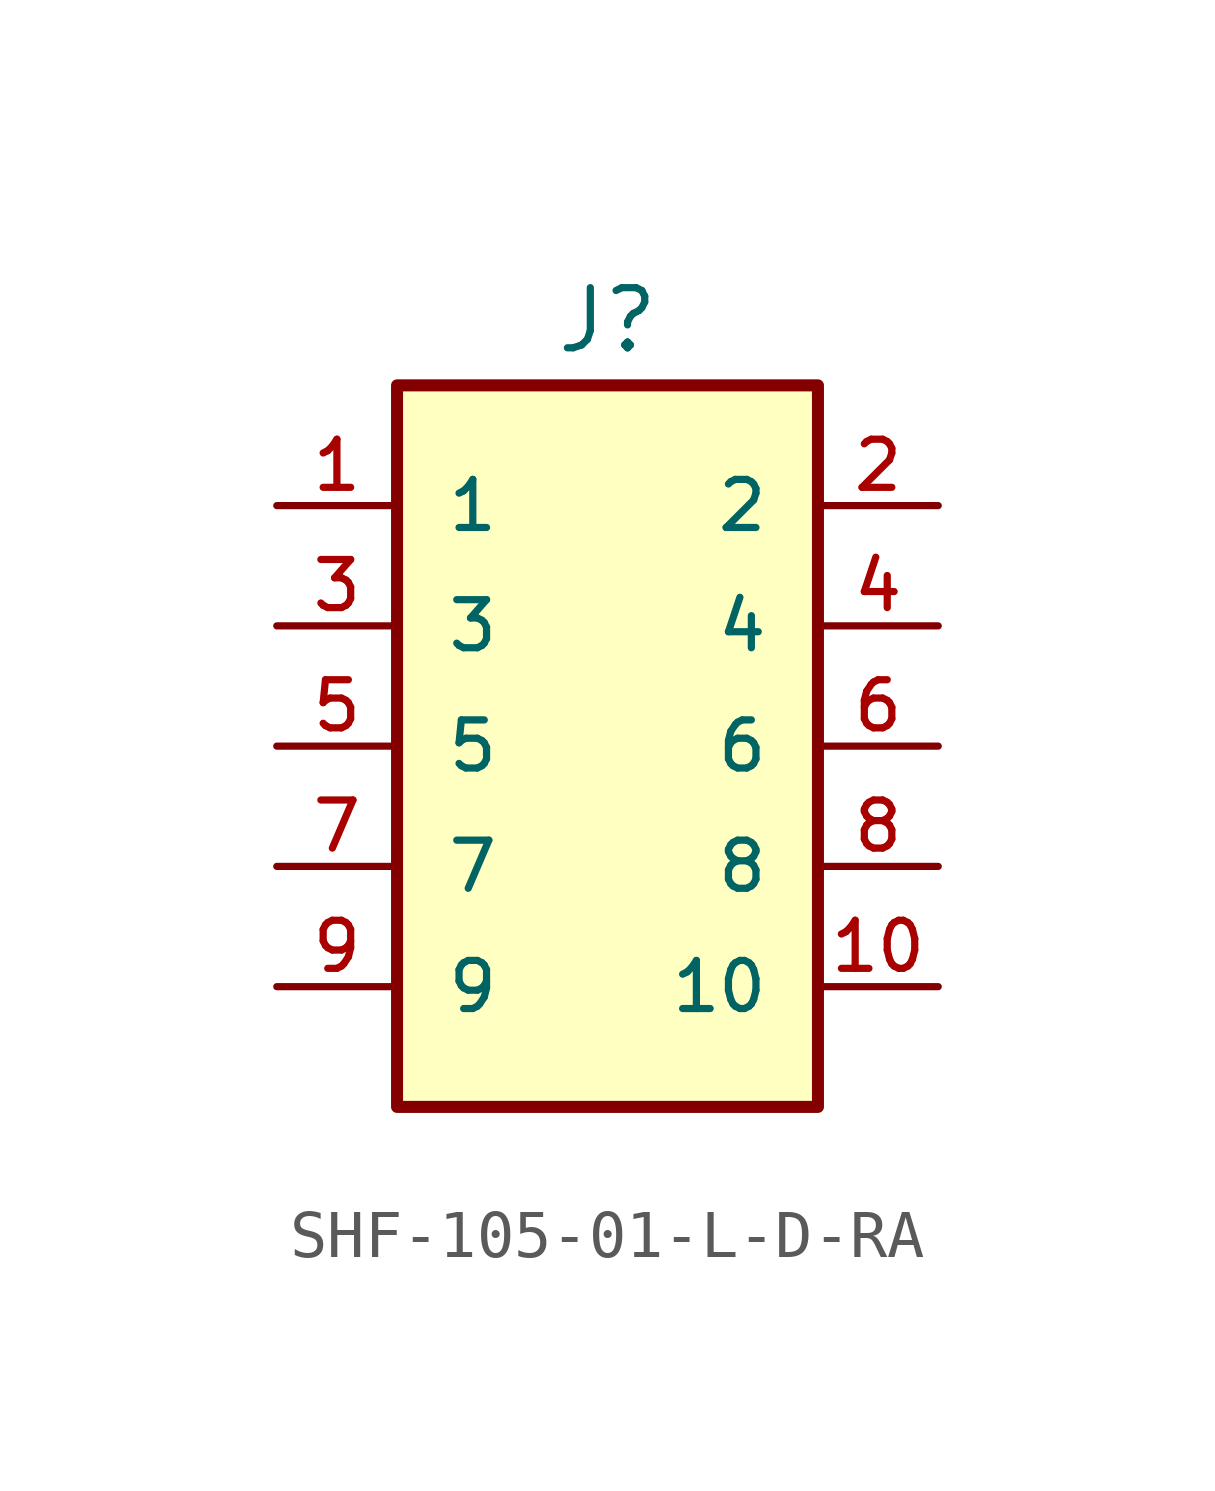
<source format=kicad_sym>
(kicad_symbol_lib
  (version 20211014)
  (generator kicad_symbol_editor)
  (symbol "SHF-105-01-L-D-RA"
    (pin_names
      (offset 1.016))
    (property "Reference" "J"
      (at 0 8.25 0)
      (effects (font (size 1.27 1.27)) (justify bottom)))
    (symbol "SHF-105-01-L-D-RA_0_0"
      (rectangle (start -4.445 7.62) (end 4.445 -7.62) (stroke (width 0.254) (type default) (color 0 0 0 0)) (fill (type background)))
      (pin passive line (at -6.985 5.08 0) (length 2.54) (name "1" (effects (font (size 1.016 1.016)))) (number "1" (effects (font (size 1.016 1.016)))))
      (pin passive line (at 6.985 -5.08 180) (length 2.54) (name "10" (effects (font (size 1.016 1.016)))) (number "10" (effects (font (size 1.016 1.016)))))
      (pin passive line (at 6.985 5.08 180) (length 2.54) (name "2" (effects (font (size 1.016 1.016)))) (number "2" (effects (font (size 1.016 1.016)))))
      (pin passive line (at -6.985 2.54 0) (length 2.54) (name "3" (effects (font (size 1.016 1.016)))) (number "3" (effects (font (size 1.016 1.016)))))
      (pin passive line (at 6.985 2.54 180) (length 2.54) (name "4" (effects (font (size 1.016 1.016)))) (number "4" (effects (font (size 1.016 1.016)))))
      (pin passive line (at -6.985 0 0) (length 2.54) (name "5" (effects (font (size 1.016 1.016)))) (number "5" (effects (font (size 1.016 1.016)))))
      (pin passive line (at 6.985 0 180) (length 2.54) (name "6" (effects (font (size 1.016 1.016)))) (number "6" (effects (font (size 1.016 1.016)))))
      (pin passive line (at -6.985 -2.54 0) (length 2.54) (name "7" (effects (font (size 1.016 1.016)))) (number "7" (effects (font (size 1.016 1.016)))))
      (pin passive line (at 6.985 -2.54 180) (length 2.54) (name "8" (effects (font (size 1.016 1.016)))) (number "8" (effects (font (size 1.016 1.016)))))
      (pin passive line (at -6.985 -5.08 0) (length 2.54) (name "9" (effects (font (size 1.016 1.016)))) (number "9" (effects (font (size 1.016 1.016))))))))
</source>
